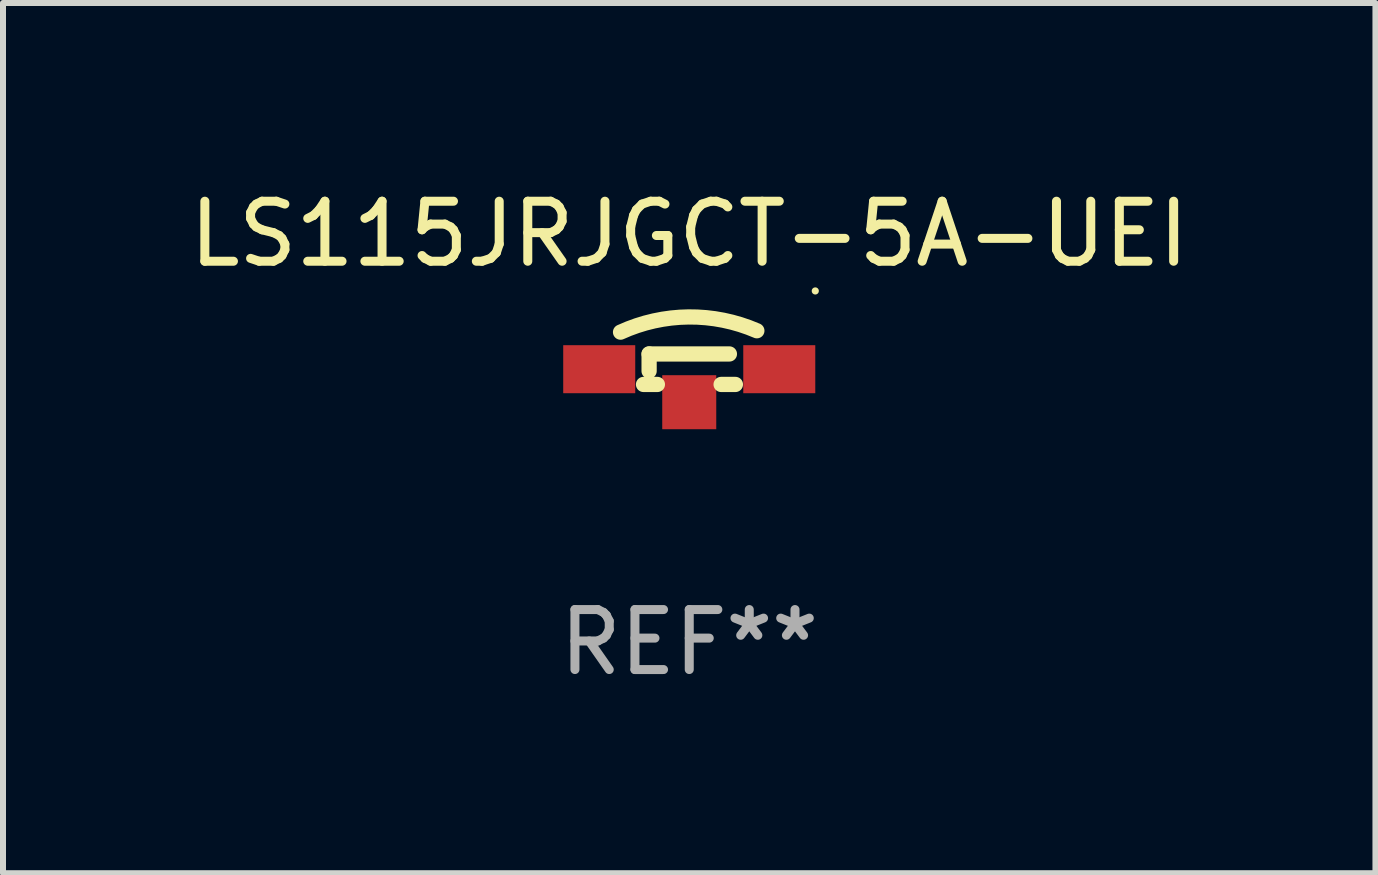
<source format=kicad_pcb>
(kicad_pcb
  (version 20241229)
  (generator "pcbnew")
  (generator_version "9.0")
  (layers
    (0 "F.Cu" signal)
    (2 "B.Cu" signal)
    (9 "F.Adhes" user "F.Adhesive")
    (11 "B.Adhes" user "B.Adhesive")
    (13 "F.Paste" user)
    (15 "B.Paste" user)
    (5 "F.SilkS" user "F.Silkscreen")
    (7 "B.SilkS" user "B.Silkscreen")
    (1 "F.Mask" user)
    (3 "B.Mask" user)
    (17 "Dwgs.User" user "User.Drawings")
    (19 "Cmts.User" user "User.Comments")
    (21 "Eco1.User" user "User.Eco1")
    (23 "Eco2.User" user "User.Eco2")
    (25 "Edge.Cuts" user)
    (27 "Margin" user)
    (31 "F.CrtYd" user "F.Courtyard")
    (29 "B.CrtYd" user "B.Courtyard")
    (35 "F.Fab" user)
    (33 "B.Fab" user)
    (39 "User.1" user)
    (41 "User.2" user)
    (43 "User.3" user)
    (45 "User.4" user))
  (footprint "LS115JRJGCT-5A-UEI"
    (layer "F.Cu")
    (at 8.435 3.25)
    (property "Reference" "LS115JRJGCT-5A-UEI" (at 0 -2.402 0) (layer "F.SilkS") (effects (font (size 1 1) (thickness 0.15))))
    (attr through_hole)
    (fp_line (start -0.762 0.106) (end -0.531 0.106) (stroke (width 0.254) (type solid)) (layer "F.SilkS"))
    (fp_line (start -0.669 -0.402) (end -0.669 -0.117) (stroke (width 0.254) (type solid)) (layer "F.SilkS"))
    (fp_line (start -0.669 -0.402) (end 0.669 -0.402) (stroke (width 0.254) (type solid)) (layer "F.SilkS"))
    (fp_line (start 0.531 0.106) (end 0.769 0.106) (stroke (width 0.254) (type solid)) (layer "F.SilkS"))
    (fp_arc (start -1.144856 -0.765685) (mid -0.011729 -1.018753) (end 1.12634 -0.788926) (stroke (width 0.254001) (type solid)) (layer "F.SilkS"))
    (fp_circle (center 2.1 -1.452) (end 2.13 -1.452) (stroke (width 0.06) (type solid)) (fill no) (layer "F.SilkS"))
    (fp_text user "REF**" (at 0 4.402 0) (layer "F.Fab") (effects (font (size 1 1) (thickness 0.15))))
    (pad "1" smd rect (at 1.5 -0.148 90) (size 0.8 1.2) (layers "F.Cu" "F.Mask" "F.Paste"))
    (pad "2" smd rect (at -1.5 -0.148 90) (size 0.8 1.2) (layers "F.Cu" "F.Mask" "F.Paste"))
    (pad "3" smd rect (at -0.000127 0.402 180) (size 0.9 0.9) (layers "F.Cu" "F.Mask" "F.Paste")))
  (gr_rect
    (start -3 -3)
    (end 19.869 11.5)
    (stroke (width 0.1) (type default))
    (fill no)
    (layer "Edge.Cuts")))
</source>
